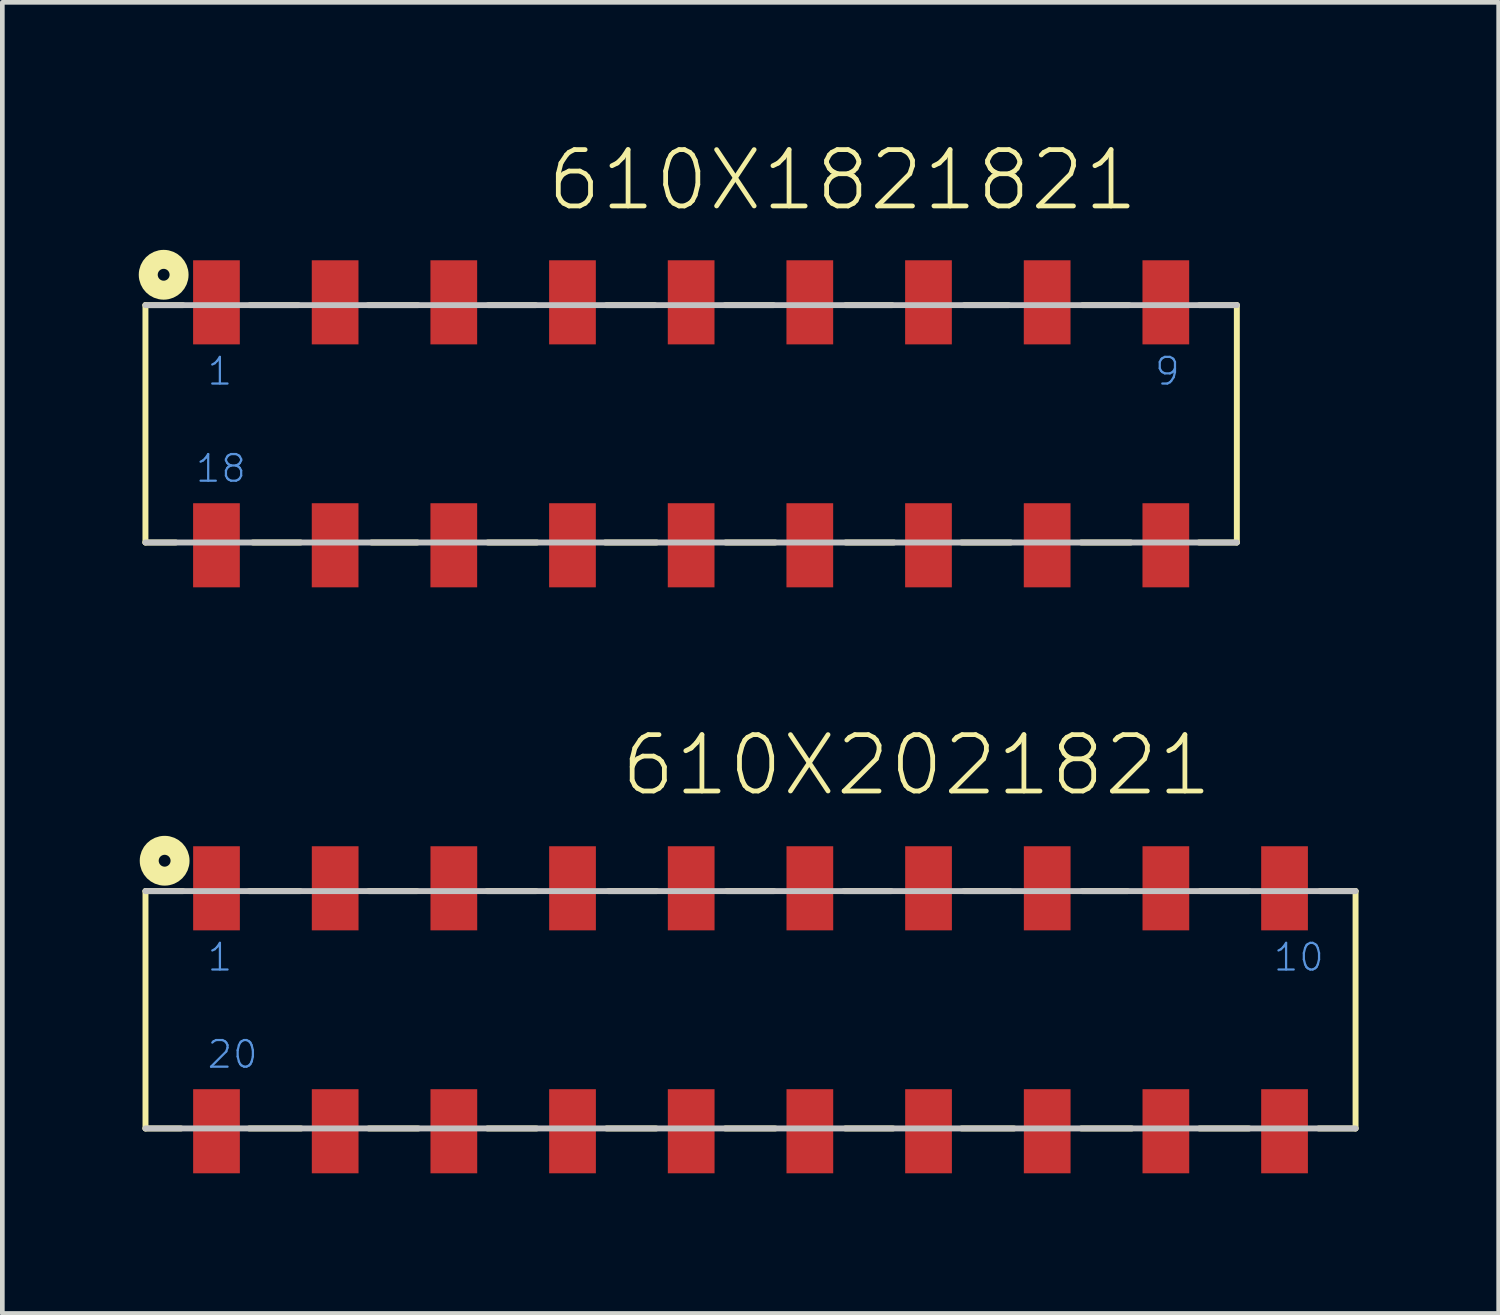
<source format=kicad_pcb>
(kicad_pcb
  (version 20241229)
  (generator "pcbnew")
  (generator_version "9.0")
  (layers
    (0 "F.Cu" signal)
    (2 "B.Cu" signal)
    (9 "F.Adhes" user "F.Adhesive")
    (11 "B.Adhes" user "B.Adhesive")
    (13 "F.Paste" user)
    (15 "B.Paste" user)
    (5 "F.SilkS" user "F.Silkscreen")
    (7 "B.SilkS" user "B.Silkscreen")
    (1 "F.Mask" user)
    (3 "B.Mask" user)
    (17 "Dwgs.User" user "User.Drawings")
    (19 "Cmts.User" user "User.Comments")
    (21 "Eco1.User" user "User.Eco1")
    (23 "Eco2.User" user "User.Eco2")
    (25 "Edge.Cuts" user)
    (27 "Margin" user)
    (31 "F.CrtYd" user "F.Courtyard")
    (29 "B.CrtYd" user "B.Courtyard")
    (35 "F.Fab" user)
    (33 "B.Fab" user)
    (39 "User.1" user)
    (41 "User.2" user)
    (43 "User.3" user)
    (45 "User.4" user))
  (footprint "610X2021821"
    (layer "F.Cu")
    (at 13.014 18.563)
    (property "Reference" "610X2021821" (at -2.83 -4.53 0) (layer "F.SilkS") (effects (font (size 1.206 1.206) (thickness 0.102)) (justify left bottom)))
    (attr through_hole)
    (fp_line (start -12.95 -2.54) (end -12.95 2.54) (stroke (width 0.127) (type solid)) (layer "F.SilkS"))
    (fp_line (start -12.19 2.54) (end -12.95 2.54) (stroke (width 0.127) (type solid)) (layer "F.SilkS"))
    (fp_line (start -12.15 -2.54) (end -12.95 -2.54) (stroke (width 0.127) (type solid)) (layer "F.SilkS"))
    (fp_line (start -10.73 -2.54) (end -9.64 -2.54) (stroke (width 0.127) (type solid)) (layer "F.SilkS"))
    (fp_line (start -10.73 2.54) (end -9.62 2.54) (stroke (width 0.127) (type solid)) (layer "F.SilkS"))
    (fp_line (start -8.17 -2.54) (end -7.14 -2.54) (stroke (width 0.127) (type solid)) (layer "F.SilkS"))
    (fp_line (start -8.17 2.54) (end -7.11 2.54) (stroke (width 0.127) (type solid)) (layer "F.SilkS"))
    (fp_line (start -5.64 -2.54) (end -4.59 -2.54) (stroke (width 0.127) (type solid)) (layer "F.SilkS"))
    (fp_line (start -5.63 2.54) (end -4.58 2.54) (stroke (width 0.127) (type solid)) (layer "F.SilkS"))
    (fp_line (start -3.08 2.54) (end -2.02 2.54) (stroke (width 0.127) (type solid)) (layer "F.SilkS"))
    (fp_line (start -3.04 -2.54) (end -2.01 -2.54) (stroke (width 0.127) (type solid)) (layer "F.SilkS"))
    (fp_line (start -0.54 2.54) (end 0.53 2.54) (stroke (width 0.127) (type solid)) (layer "F.SilkS"))
    (fp_line (start -0.51 -2.54) (end 0.5 -2.54) (stroke (width 0.127) (type solid)) (layer "F.SilkS"))
    (fp_line (start 2 -2.54) (end 3.01 -2.54) (stroke (width 0.127) (type solid)) (layer "F.SilkS"))
    (fp_line (start 2.03 2.54) (end 3.05 2.54) (stroke (width 0.127) (type solid)) (layer "F.SilkS"))
    (fp_line (start 4.52 2.54) (end 5.64 2.54) (stroke (width 0.127) (type solid)) (layer "F.SilkS"))
    (fp_line (start 4.57 -2.54) (end 5.55 -2.54) (stroke (width 0.127) (type solid)) (layer "F.SilkS"))
    (fp_line (start 7.08 2.54) (end 8.16 2.54) (stroke (width 0.127) (type solid)) (layer "F.SilkS"))
    (fp_line (start 7.1 -2.54) (end 8.07 -2.54) (stroke (width 0.127) (type solid)) (layer "F.SilkS"))
    (fp_line (start 9.61 2.54) (end 10.67 2.54) (stroke (width 0.127) (type solid)) (layer "F.SilkS"))
    (fp_line (start 9.63 -2.54) (end 10.67 -2.54) (stroke (width 0.127) (type solid)) (layer "F.SilkS"))
    (fp_line (start 12.16 2.54) (end 12.95 2.54) (stroke (width 0.127) (type solid)) (layer "F.SilkS"))
    (fp_line (start 12.19 -2.54) (end 12.95 -2.54) (stroke (width 0.127) (type solid)) (layer "F.SilkS"))
    (fp_line (start 12.95 2.54) (end 12.95 -2.54) (stroke (width 0.127) (type solid)) (layer "F.SilkS"))
    (fp_circle (center -12.54 -3.19) (end -12.413 -3.19) (stroke (width 0.406) (type solid)) (fill no) (layer "F.SilkS"))
    (fp_line (start -12.95 2.54) (end 12.95 2.54) (stroke (width 0.127) (type solid)) (layer "Dwgs.User"))
    (fp_line (start 12.95 -2.54) (end -12.95 -2.54) (stroke (width 0.127) (type solid)) (layer "Dwgs.User"))
    (fp_text user "20" (at -11.66 1.29 0) (layer "Cmts.User") (effects (font (size 0.57 0.57) (thickness 0.048)) (justify left bottom)))
    (fp_text user "10" (at 11.16 -0.79 0) (layer "Cmts.User") (effects (font (size 0.57 0.57) (thickness 0.048)) (justify left bottom)))
    (fp_text user "1" (at -11.66 -0.79 0) (layer "Cmts.User") (effects (font (size 0.57 0.57) (thickness 0.048)) (justify left bottom)))
    (pad "1" smd rect (at -11.43 -2.6) (size 1 1.8) (layers "F.Cu" "F.Mask" "F.Paste"))
    (pad "2" smd rect (at -8.89 -2.6) (size 1 1.8) (layers "F.Cu" "F.Mask" "F.Paste"))
    (pad "3" smd rect (at -6.35 -2.6) (size 1 1.8) (layers "F.Cu" "F.Mask" "F.Paste"))
    (pad "4" smd rect (at -3.81 -2.6) (size 1 1.8) (layers "F.Cu" "F.Mask" "F.Paste"))
    (pad "5" smd rect (at -1.27 -2.6) (size 1 1.8) (layers "F.Cu" "F.Mask" "F.Paste"))
    (pad "6" smd rect (at 1.27 -2.6) (size 1 1.8) (layers "F.Cu" "F.Mask" "F.Paste"))
    (pad "7" smd rect (at 3.81 -2.6) (size 1 1.8) (layers "F.Cu" "F.Mask" "F.Paste"))
    (pad "8" smd rect (at 6.35 -2.6) (size 1 1.8) (layers "F.Cu" "F.Mask" "F.Paste"))
    (pad "9" smd rect (at 8.89 -2.6) (size 1 1.8) (layers "F.Cu" "F.Mask" "F.Paste"))
    (pad "10" smd rect (at 11.43 -2.6) (size 1 1.8) (layers "F.Cu" "F.Mask" "F.Paste"))
    (pad "11" smd rect (at 11.43 2.6) (size 1 1.8) (layers "F.Cu" "F.Mask" "F.Paste"))
    (pad "12" smd rect (at 8.89 2.6) (size 1 1.8) (layers "F.Cu" "F.Mask" "F.Paste"))
    (pad "13" smd rect (at 6.35 2.6) (size 1 1.8) (layers "F.Cu" "F.Mask" "F.Paste"))
    (pad "14" smd rect (at 3.81 2.6) (size 1 1.8) (layers "F.Cu" "F.Mask" "F.Paste"))
    (pad "15" smd rect (at 1.27 2.6) (size 1 1.8) (layers "F.Cu" "F.Mask" "F.Paste"))
    (pad "16" smd rect (at -1.27 2.6) (size 1 1.8) (layers "F.Cu" "F.Mask" "F.Paste"))
    (pad "17" smd rect (at -3.81 2.6) (size 1 1.8) (layers "F.Cu" "F.Mask" "F.Paste"))
    (pad "18" smd rect (at -6.35 2.6) (size 1 1.8) (layers "F.Cu" "F.Mask" "F.Paste"))
    (pad "19" smd rect (at -8.89 2.6) (size 1 1.8) (layers "F.Cu" "F.Mask" "F.Paste"))
    (pad "20" smd rect (at -11.43 2.6) (size 1 1.8) (layers "F.Cu" "F.Mask" "F.Paste")))
  (footprint "610X1821821"
    (layer "F.Cu")
    (at 11.743 6.021)
    (property "Reference" "610X1821821" (at -3.14 -4.51 0) (layer "F.SilkS") (effects (font (size 1.206 1.206) (thickness 0.102)) (justify left bottom)))
    (attr through_hole)
    (fp_line (start -11.68 -2.54) (end -11.68 2.54) (stroke (width 0.127) (type solid)) (layer "F.SilkS"))
    (fp_line (start -11.03 2.54) (end -11.68 2.54) (stroke (width 0.127) (type solid)) (layer "F.SilkS"))
    (fp_line (start -10.88 -2.54) (end -11.68 -2.54) (stroke (width 0.127) (type solid)) (layer "F.SilkS"))
    (fp_line (start -9.44 -2.54) (end -8.41 -2.54) (stroke (width 0.127) (type solid)) (layer "F.SilkS"))
    (fp_line (start -9.38 2.54) (end -8.36 2.54) (stroke (width 0.127) (type solid)) (layer "F.SilkS"))
    (fp_line (start -6.91 -2.54) (end -5.85 -2.54) (stroke (width 0.127) (type solid)) (layer "F.SilkS"))
    (fp_line (start -6.84 2.54) (end -5.86 2.54) (stroke (width 0.127) (type solid)) (layer "F.SilkS"))
    (fp_line (start -4.35 2.54) (end -3.3 2.54) (stroke (width 0.127) (type solid)) (layer "F.SilkS"))
    (fp_line (start -4.34 -2.54) (end -3.33 -2.54) (stroke (width 0.127) (type solid)) (layer "F.SilkS"))
    (fp_line (start -1.84 2.54) (end -0.74 2.54) (stroke (width 0.127) (type solid)) (layer "F.SilkS"))
    (fp_line (start -1.81 -2.54) (end -0.78 -2.54) (stroke (width 0.127) (type solid)) (layer "F.SilkS"))
    (fp_line (start 0.73 -2.54) (end 1.76 -2.54) (stroke (width 0.127) (type solid)) (layer "F.SilkS"))
    (fp_line (start 0.74 2.54) (end 1.8 2.54) (stroke (width 0.127) (type solid)) (layer "F.SilkS"))
    (fp_line (start 3.31 -2.54) (end 4.3 -2.54) (stroke (width 0.127) (type solid)) (layer "F.SilkS"))
    (fp_line (start 3.31 2.54) (end 4.34 2.54) (stroke (width 0.127) (type solid)) (layer "F.SilkS"))
    (fp_line (start 5.79 2.54) (end 6.84 2.54) (stroke (width 0.127) (type solid)) (layer "F.SilkS"))
    (fp_line (start 5.85 -2.54) (end 6.79 -2.54) (stroke (width 0.127) (type solid)) (layer "F.SilkS"))
    (fp_line (start 8.35 2.54) (end 9.41 2.54) (stroke (width 0.127) (type solid)) (layer "F.SilkS"))
    (fp_line (start 8.38 -2.54) (end 9.37 -2.54) (stroke (width 0.127) (type solid)) (layer "F.SilkS"))
    (fp_line (start 10.87 2.54) (end 11.68 2.54) (stroke (width 0.127) (type solid)) (layer "F.SilkS"))
    (fp_line (start 10.88 -2.54) (end 11.68 -2.54) (stroke (width 0.127) (type solid)) (layer "F.SilkS"))
    (fp_line (start 11.68 2.54) (end 11.68 -2.54) (stroke (width 0.127) (type solid)) (layer "F.SilkS"))
    (fp_circle (center -11.29 -3.19) (end -11.163 -3.19) (stroke (width 0.406) (type solid)) (fill no) (layer "F.SilkS"))
    (fp_line (start -11.68 2.54) (end 11.68 2.54) (stroke (width 0.127) (type solid)) (layer "Dwgs.User"))
    (fp_line (start 11.68 -2.54) (end -11.68 -2.54) (stroke (width 0.127) (type solid)) (layer "Dwgs.User"))
    (fp_text user "1" (at -10.39 -0.79 0) (layer "Cmts.User") (effects (font (size 0.57 0.57) (thickness 0.048)) (justify left bottom)))
    (fp_text user "9" (at 9.89 -0.79 0) (layer "Cmts.User") (effects (font (size 0.57 0.57) (thickness 0.048)) (justify left bottom)))
    (fp_text user "18" (at -10.64 1.29 0) (layer "Cmts.User") (effects (font (size 0.57 0.57) (thickness 0.048)) (justify left bottom)))
    (pad "1" smd rect (at -10.16 -2.6) (size 1 1.8) (layers "F.Cu" "F.Mask" "F.Paste"))
    (pad "2" smd rect (at -7.62 -2.6) (size 1 1.8) (layers "F.Cu" "F.Mask" "F.Paste"))
    (pad "3" smd rect (at -5.08 -2.6) (size 1 1.8) (layers "F.Cu" "F.Mask" "F.Paste"))
    (pad "4" smd rect (at -2.54 -2.6) (size 1 1.8) (layers "F.Cu" "F.Mask" "F.Paste"))
    (pad "5" smd rect (at 0 -2.6) (size 1 1.8) (layers "F.Cu" "F.Mask" "F.Paste"))
    (pad "6" smd rect (at 2.54 -2.6) (size 1 1.8) (layers "F.Cu" "F.Mask" "F.Paste"))
    (pad "7" smd rect (at 5.08 -2.6) (size 1 1.8) (layers "F.Cu" "F.Mask" "F.Paste"))
    (pad "8" smd rect (at 7.62 -2.6) (size 1 1.8) (layers "F.Cu" "F.Mask" "F.Paste"))
    (pad "9" smd rect (at 10.16 -2.6) (size 1 1.8) (layers "F.Cu" "F.Mask" "F.Paste"))
    (pad "10" smd rect (at 10.16 2.6) (size 1 1.8) (layers "F.Cu" "F.Mask" "F.Paste"))
    (pad "11" smd rect (at 7.62 2.6) (size 1 1.8) (layers "F.Cu" "F.Mask" "F.Paste"))
    (pad "12" smd rect (at 5.08 2.6) (size 1 1.8) (layers "F.Cu" "F.Mask" "F.Paste"))
    (pad "13" smd rect (at 2.54 2.6) (size 1 1.8) (layers "F.Cu" "F.Mask" "F.Paste"))
    (pad "14" smd rect (at 0 2.6) (size 1 1.8) (layers "F.Cu" "F.Mask" "F.Paste"))
    (pad "15" smd rect (at -2.54 2.6) (size 1 1.8) (layers "F.Cu" "F.Mask" "F.Paste"))
    (pad "16" smd rect (at -5.08 2.6) (size 1 1.8) (layers "F.Cu" "F.Mask" "F.Paste"))
    (pad "17" smd rect (at -7.62 2.6) (size 1 1.8) (layers "F.Cu" "F.Mask" "F.Paste"))
    (pad "18" smd rect (at -10.16 2.6) (size 1 1.8) (layers "F.Cu" "F.Mask" "F.Paste")))
  (gr_rect
    (start -3 -3)
    (end 29.027 25.063)
    (stroke (width 0.1) (type default))
    (fill no)
    (layer "Edge.Cuts")))
</source>
